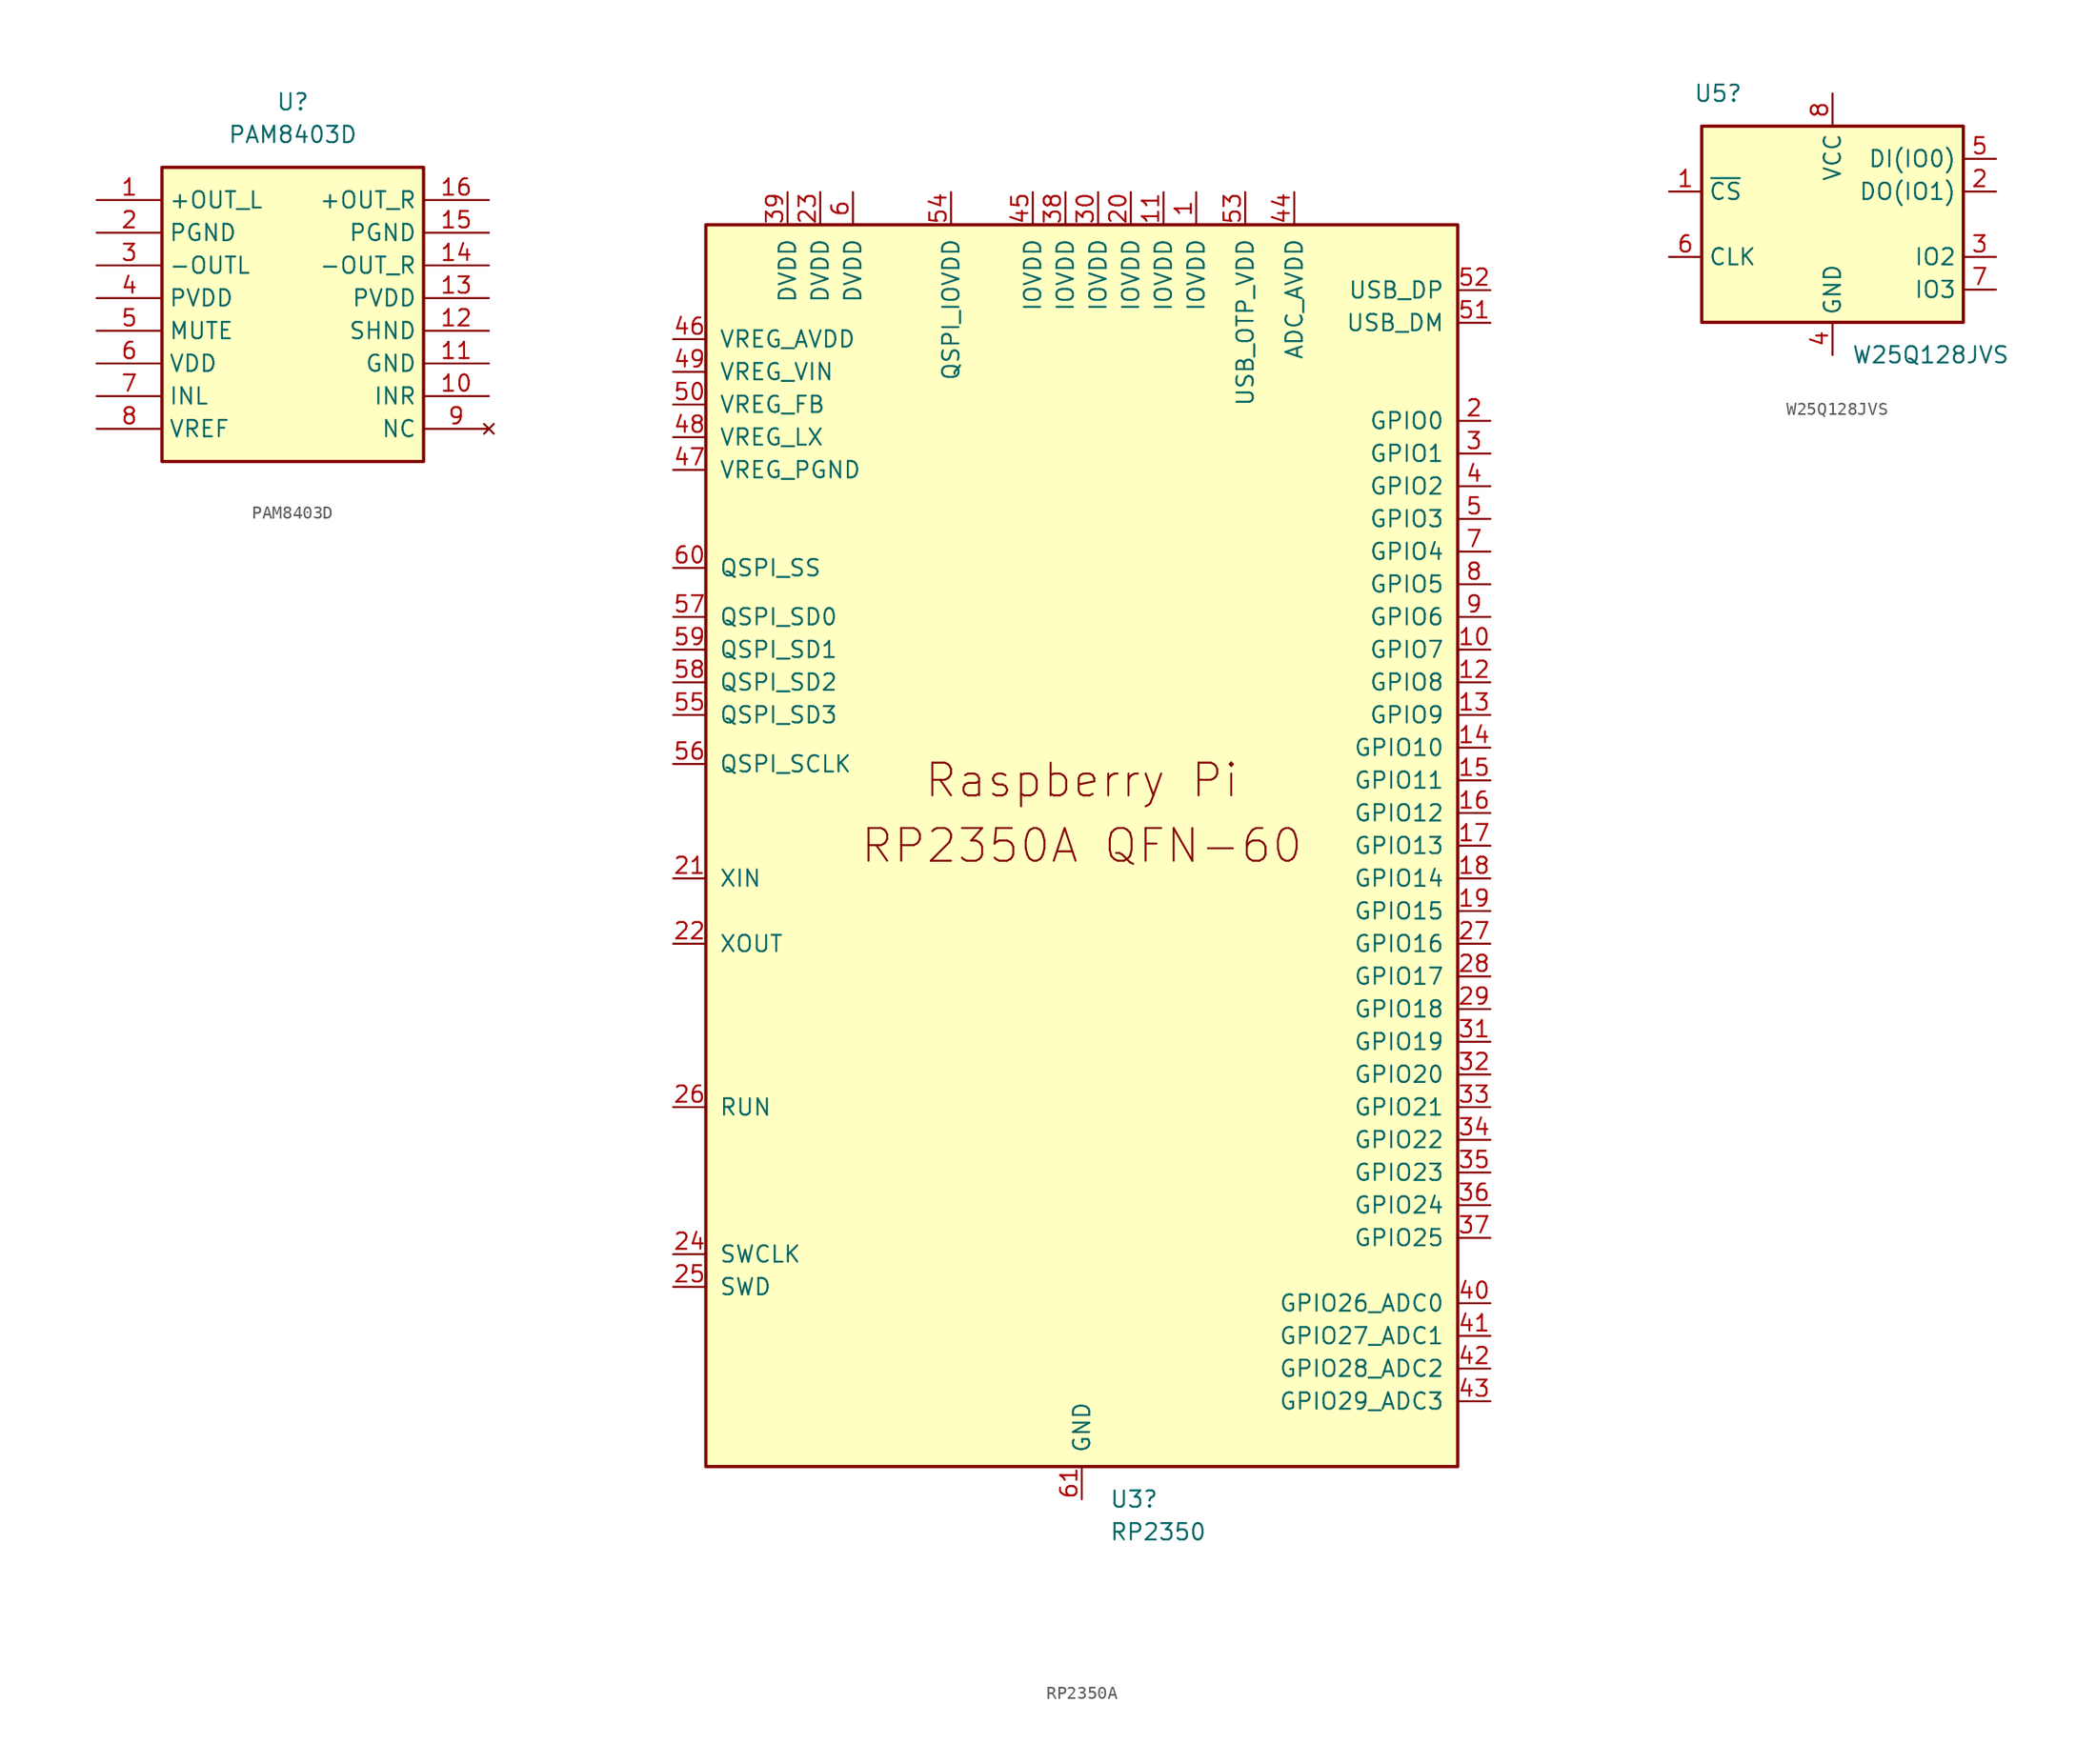
<source format=kicad_sym>
(kicad_symbol_lib
  (version 20241209)
  (generator "kicad_symbol_editor")
  (generator_version "9.0")
  (symbol "PAM8403D"
    (property "Reference" "U"
      (at 15.24 7.62 0)
      (effects (font (size 1.27 1.27))))
    (property "Value" "PAM8403D"
      (at 15.24 5.08 0)
      (effects (font (size 1.27 1.27))))
    (symbol "PAM8403D_1_1"
      (rectangle (start 5.08 2.54) (end 25.4 -20.32) (stroke (width 0.254) (type default)) (fill (type background)))
      (pin passive line (at 0 0 0) (length 5.08) (name "+OUT_L" (effects (font (size 1.27 1.27)))) (number "1" (effects (font (size 1.27 1.27)))))
      (pin passive line (at 0 -2.54 0) (length 5.08) (name "PGND" (effects (font (size 1.27 1.27)))) (number "2" (effects (font (size 1.27 1.27)))))
      (pin passive line (at 0 -5.08 0) (length 5.08) (name "-OUTL" (effects (font (size 1.27 1.27)))) (number "3" (effects (font (size 1.27 1.27)))))
      (pin passive line (at 0 -7.62 0) (length 5.08) (name "PVDD" (effects (font (size 1.27 1.27)))) (number "4" (effects (font (size 1.27 1.27)))))
      (pin passive line (at 0 -10.16 0) (length 5.08) (name "MUTE" (effects (font (size 1.27 1.27)))) (number "5" (effects (font (size 1.27 1.27)))))
      (pin passive line (at 0 -12.7 0) (length 5.08) (name "VDD" (effects (font (size 1.27 1.27)))) (number "6" (effects (font (size 1.27 1.27)))))
      (pin passive line (at 0 -15.24 0) (length 5.08) (name "INL" (effects (font (size 1.27 1.27)))) (number "7" (effects (font (size 1.27 1.27)))))
      (pin passive line (at 0 -17.78 0) (length 5.08) (name "VREF" (effects (font (size 1.27 1.27)))) (number "8" (effects (font (size 1.27 1.27)))))
      (pin passive line (at 30.48 0 180) (length 5.08) (name "+OUT_R" (effects (font (size 1.27 1.27)))) (number "16" (effects (font (size 1.27 1.27)))))
      (pin passive line (at 30.48 -2.54 180) (length 5.08) (name "PGND" (effects (font (size 1.27 1.27)))) (number "15" (effects (font (size 1.27 1.27)))))
      (pin passive line (at 30.48 -5.08 180) (length 5.08) (name "-OUT_R" (effects (font (size 1.27 1.27)))) (number "14" (effects (font (size 1.27 1.27)))))
      (pin passive line (at 30.48 -7.62 180) (length 5.08) (name "PVDD" (effects (font (size 1.27 1.27)))) (number "13" (effects (font (size 1.27 1.27)))))
      (pin passive line (at 30.48 -10.16 180) (length 5.08) (name "SHND" (effects (font (size 1.27 1.27)))) (number "12" (effects (font (size 1.27 1.27)))))
      (pin passive line (at 30.48 -12.7 180) (length 5.08) (name "GND" (effects (font (size 1.27 1.27)))) (number "11" (effects (font (size 1.27 1.27)))))
      (pin passive line (at 30.48 -15.24 180) (length 5.08) (name "INR" (effects (font (size 1.27 1.27)))) (number "10" (effects (font (size 1.27 1.27)))))
      (pin no_connect line (at 30.48 -17.78 180) (length 5.08) (name "NC" (effects (font (size 1.27 1.27)))) (number "9" (effects (font (size 1.27 1.27)))))))
  (symbol "RP2350A"
    (pin_names
      (offset 1.016))
    (property "Reference" "U3"
      (at 2.143 -50.8 0)
      (effects (font (size 1.27 1.27)) (justify left)))
    (property "Value" "RP2350"
      (at 2.143 -53.34 0)
      (effects (font (size 1.27 1.27)) (justify left)))
    (property "Sim.Device" ""
      (at 0 0 0)
      (effects (font (size 1.27 1.27))))
    (symbol "RP2350A_0_0"
      (text "Raspberry Pi" (at 0 5.08 0) (effects (font (size 2.54 2.54)))))
    (symbol "RP2350A_0_1"
      (rectangle (start 29.21 48.26) (end -29.21 -48.26) (stroke (width 0.254) (type default)) (fill (type background))))
    (symbol "RP2350A_1_0"
      (text "RP2350A QFN-60" (at 0 0 0) (effects (font (size 2.54 2.54)))))
    (symbol "RP2350A_1_1"
      (pin power_in line (at -31.75 39.37 0) (length 2.54) (name "VREG_AVDD" (effects (font (size 1.27 1.27)))) (number "46" (effects (font (size 1.27 1.27)))))
      (pin power_in line (at -31.75 36.83 0) (length 2.54) (name "VREG_VIN" (effects (font (size 1.27 1.27)))) (number "49" (effects (font (size 1.27 1.27)))))
      (pin input line (at -31.75 34.29 0) (length 2.54) (name "VREG_FB" (effects (font (size 1.27 1.27)))) (number "50" (effects (font (size 1.27 1.27)))))
      (pin power_out line (at -31.75 31.75 0) (length 2.54) (name "VREG_LX" (effects (font (size 1.27 1.27)))) (number "48" (effects (font (size 1.27 1.27)))))
      (pin power_in line (at -31.75 29.21 0) (length 2.54) (name "VREG_PGND" (effects (font (size 1.27 1.27)))) (number "47" (effects (font (size 1.27 1.27)))))
      (pin bidirectional line (at -31.75 21.59 0) (length 2.54) (name "QSPI_SS" (effects (font (size 1.27 1.27)))) (number "60" (effects (font (size 1.27 1.27)))))
      (pin bidirectional line (at -31.75 17.78 0) (length 2.54) (name "QSPI_SD0" (effects (font (size 1.27 1.27)))) (number "57" (effects (font (size 1.27 1.27)))))
      (pin bidirectional line (at -31.75 15.24 0) (length 2.54) (name "QSPI_SD1" (effects (font (size 1.27 1.27)))) (number "59" (effects (font (size 1.27 1.27)))))
      (pin bidirectional line (at -31.75 12.7 0) (length 2.54) (name "QSPI_SD2" (effects (font (size 1.27 1.27)))) (number "58" (effects (font (size 1.27 1.27)))))
      (pin bidirectional line (at -31.75 10.16 0) (length 2.54) (name "QSPI_SD3" (effects (font (size 1.27 1.27)))) (number "55" (effects (font (size 1.27 1.27)))))
      (pin output line (at -31.75 6.35 0) (length 2.54) (name "QSPI_SCLK" (effects (font (size 1.27 1.27)))) (number "56" (effects (font (size 1.27 1.27)))))
      (pin input line (at -31.75 -2.54 0) (length 2.54) (name "XIN" (effects (font (size 1.27 1.27)))) (number "21" (effects (font (size 1.27 1.27)))))
      (pin passive line (at -31.75 -7.62 0) (length 2.54) (name "XOUT" (effects (font (size 1.27 1.27)))) (number "22" (effects (font (size 1.27 1.27)))))
      (pin input line (at -31.75 -20.32 0) (length 2.54) (name "RUN" (effects (font (size 1.27 1.27)))) (number "26" (effects (font (size 1.27 1.27)))))
      (pin output line (at -31.75 -31.75 0) (length 2.54) (name "SWCLK" (effects (font (size 1.27 1.27)))) (number "24" (effects (font (size 1.27 1.27)))))
      (pin bidirectional line (at -31.75 -34.29 0) (length 2.54) (name "SWD" (effects (font (size 1.27 1.27)))) (number "25" (effects (font (size 1.27 1.27)))))
      (pin power_in line (at -22.86 50.8 270) (length 2.54) (name "DVDD" (effects (font (size 1.27 1.27)))) (number "39" (effects (font (size 1.27 1.27)))))
      (pin power_in line (at -20.32 50.8 270) (length 2.54) (name "DVDD" (effects (font (size 1.27 1.27)))) (number "23" (effects (font (size 1.27 1.27)))))
      (pin power_in line (at -17.78 50.8 270) (length 2.54) (name "DVDD" (effects (font (size 1.27 1.27)))) (number "6" (effects (font (size 1.27 1.27)))))
      (pin power_in line (at -10.16 50.8 270) (length 2.54) (name "QSPI_IOVDD" (effects (font (size 1.27 1.27)))) (number "54" (effects (font (size 1.27 1.27)))))
      (pin power_in line (at -3.81 50.8 270) (length 2.54) (name "IOVDD" (effects (font (size 1.27 1.27)))) (number "45" (effects (font (size 1.27 1.27)))))
      (pin power_in line (at -1.27 50.8 270) (length 2.54) (name "IOVDD" (effects (font (size 1.27 1.27)))) (number "38" (effects (font (size 1.27 1.27)))))
      (pin power_in line (at 0 -50.8 90) (length 2.54) (name "GND" (effects (font (size 1.27 1.27)))) (number "61" (effects (font (size 1.27 1.27)))))
      (pin power_in line (at 1.27 50.8 270) (length 2.54) (name "IOVDD" (effects (font (size 1.27 1.27)))) (number "30" (effects (font (size 1.27 1.27)))))
      (pin power_in line (at 3.81 50.8 270) (length 2.54) (name "IOVDD" (effects (font (size 1.27 1.27)))) (number "20" (effects (font (size 1.27 1.27)))))
      (pin power_in line (at 6.35 50.8 270) (length 2.54) (name "IOVDD" (effects (font (size 1.27 1.27)))) (number "11" (effects (font (size 1.27 1.27)))))
      (pin power_in line (at 8.89 50.8 270) (length 2.54) (name "IOVDD" (effects (font (size 1.27 1.27)))) (number "1" (effects (font (size 1.27 1.27)))))
      (pin power_in line (at 12.7 50.8 270) (length 2.54) (name "USB_OTP_VDD" (effects (font (size 1.27 1.27)))) (number "53" (effects (font (size 1.27 1.27)))))
      (pin power_in line (at 16.51 50.8 270) (length 2.54) (name "ADC_AVDD" (effects (font (size 1.27 1.27)))) (number "44" (effects (font (size 1.27 1.27)))))
      (pin bidirectional line (at 31.75 43.18 180) (length 2.54) (name "USB_DP" (effects (font (size 1.27 1.27)))) (number "52" (effects (font (size 1.27 1.27)))))
      (pin bidirectional line (at 31.75 40.64 180) (length 2.54) (name "USB_DM" (effects (font (size 1.27 1.27)))) (number "51" (effects (font (size 1.27 1.27)))))
      (pin bidirectional line (at 31.75 33.02 180) (length 2.54) (name "GPIO0" (effects (font (size 1.27 1.27)))) (number "2" (effects (font (size 1.27 1.27)))))
      (pin bidirectional line (at 31.75 30.48 180) (length 2.54) (name "GPIO1" (effects (font (size 1.27 1.27)))) (number "3" (effects (font (size 1.27 1.27)))))
      (pin bidirectional line (at 31.75 27.94 180) (length 2.54) (name "GPIO2" (effects (font (size 1.27 1.27)))) (number "4" (effects (font (size 1.27 1.27)))))
      (pin bidirectional line (at 31.75 25.4 180) (length 2.54) (name "GPIO3" (effects (font (size 1.27 1.27)))) (number "5" (effects (font (size 1.27 1.27)))))
      (pin bidirectional line (at 31.75 22.86 180) (length 2.54) (name "GPIO4" (effects (font (size 1.27 1.27)))) (number "7" (effects (font (size 1.27 1.27)))))
      (pin bidirectional line (at 31.75 20.32 180) (length 2.54) (name "GPIO5" (effects (font (size 1.27 1.27)))) (number "8" (effects (font (size 1.27 1.27)))))
      (pin bidirectional line (at 31.75 17.78 180) (length 2.54) (name "GPIO6" (effects (font (size 1.27 1.27)))) (number "9" (effects (font (size 1.27 1.27)))))
      (pin bidirectional line (at 31.75 15.24 180) (length 2.54) (name "GPIO7" (effects (font (size 1.27 1.27)))) (number "10" (effects (font (size 1.27 1.27)))))
      (pin bidirectional line (at 31.75 12.7 180) (length 2.54) (name "GPIO8" (effects (font (size 1.27 1.27)))) (number "12" (effects (font (size 1.27 1.27)))))
      (pin bidirectional line (at 31.75 10.16 180) (length 2.54) (name "GPIO9" (effects (font (size 1.27 1.27)))) (number "13" (effects (font (size 1.27 1.27)))))
      (pin bidirectional line (at 31.75 7.62 180) (length 2.54) (name "GPIO10" (effects (font (size 1.27 1.27)))) (number "14" (effects (font (size 1.27 1.27)))))
      (pin bidirectional line (at 31.75 5.08 180) (length 2.54) (name "GPIO11" (effects (font (size 1.27 1.27)))) (number "15" (effects (font (size 1.27 1.27)))))
      (pin bidirectional line (at 31.75 2.54 180) (length 2.54) (name "GPIO12" (effects (font (size 1.27 1.27)))) (number "16" (effects (font (size 1.27 1.27)))))
      (pin bidirectional line (at 31.75 0 180) (length 2.54) (name "GPIO13" (effects (font (size 1.27 1.27)))) (number "17" (effects (font (size 1.27 1.27)))))
      (pin bidirectional line (at 31.75 -2.54 180) (length 2.54) (name "GPIO14" (effects (font (size 1.27 1.27)))) (number "18" (effects (font (size 1.27 1.27)))))
      (pin bidirectional line (at 31.75 -5.08 180) (length 2.54) (name "GPIO15" (effects (font (size 1.27 1.27)))) (number "19" (effects (font (size 1.27 1.27)))))
      (pin bidirectional line (at 31.75 -7.62 180) (length 2.54) (name "GPIO16" (effects (font (size 1.27 1.27)))) (number "27" (effects (font (size 1.27 1.27)))))
      (pin bidirectional line (at 31.75 -10.16 180) (length 2.54) (name "GPIO17" (effects (font (size 1.27 1.27)))) (number "28" (effects (font (size 1.27 1.27)))))
      (pin bidirectional line (at 31.75 -12.7 180) (length 2.54) (name "GPIO18" (effects (font (size 1.27 1.27)))) (number "29" (effects (font (size 1.27 1.27)))))
      (pin bidirectional line (at 31.75 -15.24 180) (length 2.54) (name "GPIO19" (effects (font (size 1.27 1.27)))) (number "31" (effects (font (size 1.27 1.27)))))
      (pin bidirectional line (at 31.75 -17.78 180) (length 2.54) (name "GPIO20" (effects (font (size 1.27 1.27)))) (number "32" (effects (font (size 1.27 1.27)))))
      (pin bidirectional line (at 31.75 -20.32 180) (length 2.54) (name "GPIO21" (effects (font (size 1.27 1.27)))) (number "33" (effects (font (size 1.27 1.27)))))
      (pin bidirectional line (at 31.75 -22.86 180) (length 2.54) (name "GPIO22" (effects (font (size 1.27 1.27)))) (number "34" (effects (font (size 1.27 1.27)))))
      (pin bidirectional line (at 31.75 -25.4 180) (length 2.54) (name "GPIO23" (effects (font (size 1.27 1.27)))) (number "35" (effects (font (size 1.27 1.27)))))
      (pin bidirectional line (at 31.75 -27.94 180) (length 2.54) (name "GPIO24" (effects (font (size 1.27 1.27)))) (number "36" (effects (font (size 1.27 1.27)))))
      (pin bidirectional line (at 31.75 -30.48 180) (length 2.54) (name "GPIO25" (effects (font (size 1.27 1.27)))) (number "37" (effects (font (size 1.27 1.27)))))
      (pin bidirectional line (at 31.75 -35.56 180) (length 2.54) (name "GPIO26_ADC0" (effects (font (size 1.27 1.27)))) (number "40" (effects (font (size 1.27 1.27)))))
      (pin bidirectional line (at 31.75 -38.1 180) (length 2.54) (name "GPIO27_ADC1" (effects (font (size 1.27 1.27)))) (number "41" (effects (font (size 1.27 1.27)))))
      (pin bidirectional line (at 31.75 -40.64 180) (length 2.54) (name "GPIO28_ADC2" (effects (font (size 1.27 1.27)))) (number "42" (effects (font (size 1.27 1.27)))))
      (pin bidirectional line (at 31.75 -43.18 180) (length 2.54) (name "GPIO29_ADC3" (effects (font (size 1.27 1.27)))) (number "43" (effects (font (size 1.27 1.27)))))))
  (symbol "W25Q128JVS"
    (property "Reference" "U5"
      (at -8.89 10.16 0)
      (effects (font (size 1.27 1.27))))
    (property "Value" "W25Q128JVS"
      (at 7.62 -10.16 0)
      (effects (font (size 1.27 1.27))))
    (property "Sim.Device" ""
      (at 0 0 0)
      (effects (font (size 1.27 1.27))))
    (symbol "W25Q128JVS_0_1"
      (rectangle (start -10.16 7.62) (end 10.16 -7.62) (stroke (width 0.254) (type default)) (fill (type background))))
    (symbol "W25Q128JVS_1_1"
      (pin input line (at -12.7 2.54 0) (length 2.54) (name "~{CS}" (effects (font (size 1.27 1.27)))) (number "1" (effects (font (size 1.27 1.27)))))
      (pin input line (at -12.7 -2.54 0) (length 2.54) (name "CLK" (effects (font (size 1.27 1.27)))) (number "6" (effects (font (size 1.27 1.27)))))
      (pin power_in line (at 0 10.16 270) (length 2.54) (name "VCC" (effects (font (size 1.27 1.27)))) (number "8" (effects (font (size 1.27 1.27)))))
      (pin power_in line (at 0 -10.16 90) (length 2.54) (name "GND" (effects (font (size 1.27 1.27)))) (number "4" (effects (font (size 1.27 1.27)))))
      (pin bidirectional line (at 12.7 5.08 180) (length 2.54) (name "DI(IO0)" (effects (font (size 1.27 1.27)))) (number "5" (effects (font (size 1.27 1.27)))))
      (pin bidirectional line (at 12.7 2.54 180) (length 2.54) (name "DO(IO1)" (effects (font (size 1.27 1.27)))) (number "2" (effects (font (size 1.27 1.27)))))
      (pin bidirectional line (at 12.7 -2.54 180) (length 2.54) (name "IO2" (effects (font (size 1.27 1.27)))) (number "3" (effects (font (size 1.27 1.27)))))
      (pin bidirectional line (at 12.7 -5.08 180) (length 2.54) (name "IO3" (effects (font (size 1.27 1.27)))) (number "7" (effects (font (size 1.27 1.27))))))))
</source>
